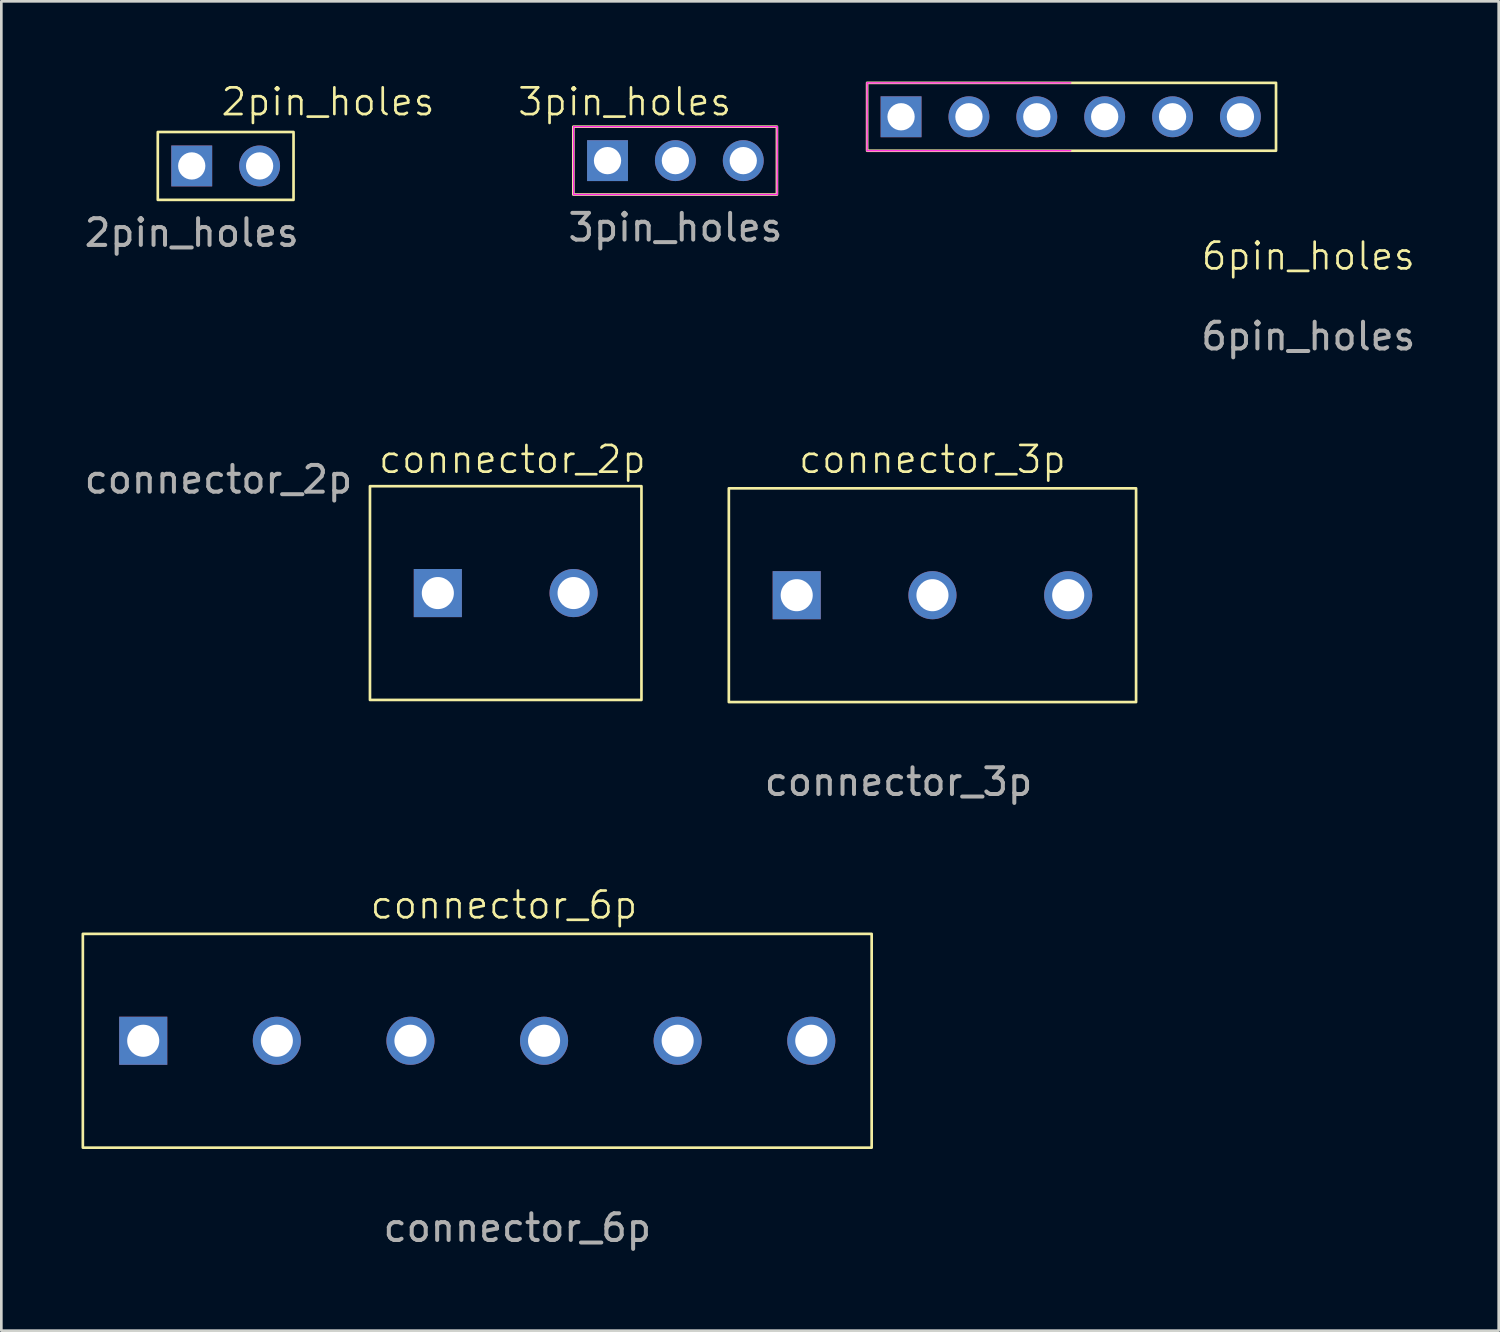
<source format=kicad_pcb>
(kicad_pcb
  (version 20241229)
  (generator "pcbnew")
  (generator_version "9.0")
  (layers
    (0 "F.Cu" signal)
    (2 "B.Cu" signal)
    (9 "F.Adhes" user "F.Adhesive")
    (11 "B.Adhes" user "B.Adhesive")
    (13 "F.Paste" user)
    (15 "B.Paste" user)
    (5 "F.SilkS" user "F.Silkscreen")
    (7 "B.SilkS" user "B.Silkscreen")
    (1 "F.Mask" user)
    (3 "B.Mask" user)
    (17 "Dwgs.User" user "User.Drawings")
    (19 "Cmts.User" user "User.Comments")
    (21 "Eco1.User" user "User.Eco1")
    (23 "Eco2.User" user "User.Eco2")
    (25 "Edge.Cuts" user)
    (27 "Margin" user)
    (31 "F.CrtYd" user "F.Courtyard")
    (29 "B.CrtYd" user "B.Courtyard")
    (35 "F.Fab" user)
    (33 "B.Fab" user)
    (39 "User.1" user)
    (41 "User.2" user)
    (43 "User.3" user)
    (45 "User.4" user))
  (footprint "connector_6p"
    (layer "F.Cu")
    (at 7.81 35.898)
    (property "Reference" "connector_6p" (at 8 -5.08 0) (unlocked yes) (layer "F.SilkS") (effects (font (size 1 1) (thickness 0.1))))
    (attr smd)
    (fp_rect (start -7.76 -4) (end 21.76 4) (stroke (width 0.1) (type default)) (fill no) (layer "F.SilkS"))
    (fp_text user "${REFERENCE}" (at 8.5 7 0) (unlocked yes) (layer "F.Fab") (effects (font (size 1 1) (thickness 0.15))))
    (pad "1" thru_hole rect (at -5.5 0) (size 1.8 1.8) (drill 1.2) (layers "*.Cu" "*.Mask"))
    (pad "2" thru_hole circle (at -0.5 0) (size 1.8 1.8) (drill 1.2) (layers "*.Cu" "*.Mask"))
    (pad "3" thru_hole circle (at 4.5 0) (size 1.8 1.8) (drill 1.2) (layers "*.Cu" "*.Mask"))
    (pad "4" thru_hole circle (at 9.5 0) (size 1.8 1.8) (drill 1.2) (layers "*.Cu" "*.Mask"))
    (pad "5" thru_hole circle (at 14.5 0) (size 1.8 1.8) (drill 1.2) (layers "*.Cu" "*.Mask"))
    (pad "6" thru_hole circle (at 19.5 0) (size 1.8 1.8) (drill 1.2) (layers "*.Cu" "*.Mask")))
  (footprint "3pin_holes"
    (layer "F.Cu")
    (at 22.225 2.961)
    (property "Reference" "3pin_holes" (at -1.9 -2.2 0) (unlocked yes) (layer "F.SilkS") (effects (font (size 1 1) (thickness 0.1))))
    (attr smd)
    (fp_rect (start -3.82 -1.27) (end 3.8 1.27) (stroke (width 0.1) (type default)) (fill no) (layer "F.SilkS"))
    (fp_line (start -3.81 -1.27) (end 3.81 -1.27) (stroke (width 0.05) (type default)) (layer "F.CrtYd"))
    (fp_line (start -3.81 1.27) (end -3.81 -1.27) (stroke (width 0.05) (type solid)) (layer "F.CrtYd"))
    (fp_line (start -3.81 1.27) (end 3.81 1.27) (stroke (width 0.05) (type default)) (layer "F.CrtYd"))
    (fp_line (start 3.81 1.27) (end 3.81 -1.27) (stroke (width 0.05) (type solid)) (layer "F.CrtYd"))
    (fp_text user "${REFERENCE}" (at 0 2.5 0) (unlocked yes) (layer "F.Fab") (effects (font (size 1 1) (thickness 0.15))))
    (pad "1" thru_hole rect (at -2.54 0) (size 1.53 1.53) (drill 1.02) (layers "*.Cu" "*.Mask"))
    (pad "2" thru_hole circle (at 0 0) (size 1.53 1.53) (drill 1.02) (layers "*.Cu" "*.Mask"))
    (pad "3" thru_hole circle (at 2.54 0) (size 1.53 1.53) (drill 1.02) (layers "*.Cu" "*.Mask")))
  (footprint "connector_2p"
    (layer "F.Cu")
    (at 15.875 19.144)
    (property "Reference" "connector_2p" (at 0.25 -5 0) (unlocked yes) (layer "F.SilkS") (effects (font (size 1 1) (thickness 0.1))))
    (attr smd)
    (fp_rect (start -5.08 -4) (end 5.08 4) (stroke (width 0.1) (type default)) (fill no) (layer "F.SilkS"))
    (fp_text user "${REFERENCE}" (at -10.75 -4.25 0) (unlocked yes) (layer "F.Fab") (effects (font (size 1 1) (thickness 0.15))))
    (pad "1" thru_hole rect (at -2.54 0) (size 1.8 1.8) (drill 1.2) (layers "*.Cu" "*.Mask"))
    (pad "2" thru_hole circle (at 2.54 0) (size 1.8 1.8) (drill 1.2) (layers "*.Cu" "*.Mask")))
  (footprint "2pin_holes"
    (layer "F.Cu")
    (at 4.125 3.16)
    (property "Reference" "2pin_holes" (at 5.1 -2.4 0) (unlocked yes) (layer "F.SilkS") (effects (font (size 1 1) (thickness 0.1))))
    (attr smd)
    (fp_rect (start -1.27 -1.27) (end 3.81 1.27) (stroke (width 0.1) (type default)) (fill no) (layer "F.SilkS"))
    (fp_text user "${REFERENCE}" (at 0 2.5 0) (unlocked yes) (layer "F.Fab") (effects (font (size 1 1) (thickness 0.15))))
    (pad "1" thru_hole rect (at 0 0) (size 1.53 1.53) (drill 1.02) (layers "*.Cu" "*.Mask"))
    (pad "2" thru_hole circle (at 2.54 0) (size 1.53 1.53) (drill 1.02) (layers "*.Cu" "*.Mask")))
  (footprint "connector_3p"
    (layer "F.Cu")
    (at 31.845 19.224)
    (property "Reference" "connector_3p" (at 0 -5.08 0) (unlocked yes) (layer "F.SilkS") (effects (font (size 1 1) (thickness 0.1))))
    (attr smd)
    (fp_rect (start -7.62 -4) (end 7.62 4) (stroke (width 0.1) (type default)) (fill no) (layer "F.SilkS"))
    (fp_text user "${REFERENCE}" (at -1.27 6.985 0) (unlocked yes) (layer "F.Fab") (effects (font (size 1 1) (thickness 0.15))))
    (pad "1" thru_hole rect (at -5.08 0) (size 1.8 1.8) (drill 1.2) (layers "*.Cu" "*.Mask"))
    (pad "2" thru_hole circle (at 0 0) (size 1.8 1.8) (drill 1.2) (layers "*.Cu" "*.Mask"))
    (pad "3" thru_hole circle (at 5.08 0) (size 1.8 1.8) (drill 1.2) (layers "*.Cu" "*.Mask")))
  (footprint "6pin_holes"
    (layer "F.Cu")
    (at 45.91 7.035)
    (property "Reference" "6pin_holes" (at 0 -0.5 0) (unlocked yes) (layer "F.SilkS") (effects (font (size 1 1) (thickness 0.1))))
    (attr smd)
    (fp_rect (start -16.51 -6.985) (end -1.208 -4.445) (stroke (width 0.1) (type default)) (fill no) (layer "F.SilkS"))
    (fp_line (start -16.51 -6.985) (end -8.89 -6.985) (stroke (width 0.05) (type default)) (layer "F.CrtYd"))
    (fp_line (start -16.51 -4.445) (end -16.51 -6.985) (stroke (width 0.05) (type solid)) (layer "F.CrtYd"))
    (fp_line (start -16.51 -4.445) (end -8.89 -4.445) (stroke (width 0.05) (type default)) (layer "F.CrtYd"))
    (fp_text user "${REFERENCE}" (at 0 2.5 0) (unlocked yes) (layer "F.Fab") (effects (font (size 1 1) (thickness 0.15))))
    (pad "1" thru_hole rect (at -15.24 -5.715) (size 1.53 1.53) (drill 1.02) (layers "*.Cu" "*.Mask"))
    (pad "2" thru_hole circle (at -12.7 -5.715) (size 1.53 1.53) (drill 1.02) (layers "*.Cu" "*.Mask"))
    (pad "3" thru_hole circle (at -10.16 -5.715) (size 1.53 1.53) (drill 1.02) (layers "*.Cu" "*.Mask"))
    (pad "4" thru_hole circle (at -7.62 -5.715) (size 1.53 1.53) (drill 1.02) (layers "*.Cu" "*.Mask"))
    (pad "5" thru_hole circle (at -5.08 -5.715) (size 1.53 1.53) (drill 1.02) (layers "*.Cu" "*.Mask"))
    (pad "6" thru_hole circle (at -2.54 -5.715) (size 1.53 1.53) (drill 1.02) (layers "*.Cu" "*.Mask")))
  (gr_rect
    (start -3 -3)
    (end 53.035 46.746)
    (stroke (width 0.1) (type default))
    (fill no)
    (layer "Edge.Cuts")))
</source>
